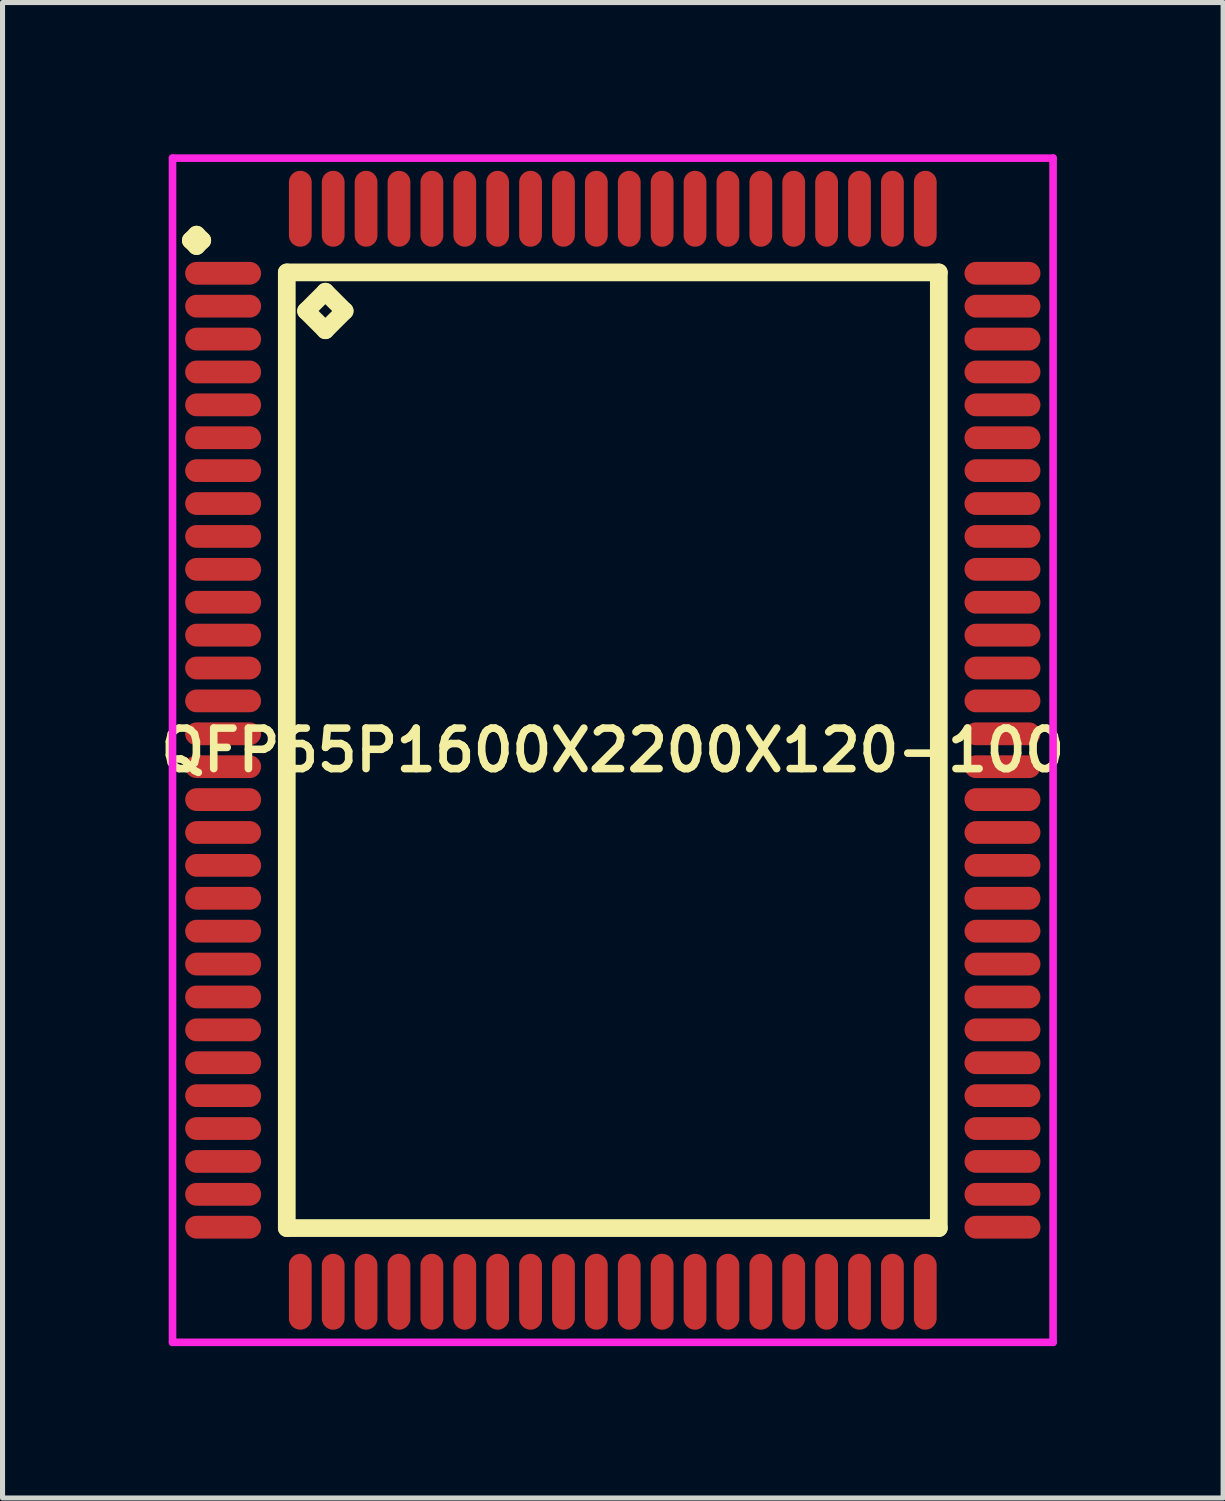
<source format=kicad_pcb>
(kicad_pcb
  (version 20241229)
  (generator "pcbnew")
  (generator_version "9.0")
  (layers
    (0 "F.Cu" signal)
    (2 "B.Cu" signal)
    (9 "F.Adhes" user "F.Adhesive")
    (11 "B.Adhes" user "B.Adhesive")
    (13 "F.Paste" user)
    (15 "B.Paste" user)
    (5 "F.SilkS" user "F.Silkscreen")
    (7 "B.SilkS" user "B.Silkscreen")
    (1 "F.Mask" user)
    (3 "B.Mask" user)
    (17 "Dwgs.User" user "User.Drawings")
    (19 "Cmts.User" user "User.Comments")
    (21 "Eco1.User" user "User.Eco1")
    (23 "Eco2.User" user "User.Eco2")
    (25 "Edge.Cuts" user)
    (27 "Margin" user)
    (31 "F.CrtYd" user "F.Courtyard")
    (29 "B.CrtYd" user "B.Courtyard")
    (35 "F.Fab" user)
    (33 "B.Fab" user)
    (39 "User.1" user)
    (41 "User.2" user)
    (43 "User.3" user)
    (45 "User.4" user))
  (footprint "QFP65P1600X2200X120-100"
    (layer "F.Cu")
    (at 9.059 11.775)
    (property "Reference" "QFP65P1600X2200X120-100" (at 0 0 0) (layer "F.SilkS") (effects (font (size 0.8 0.8) (thickness 0.15))))
    (attr smd)
    (fp_line (start -8.338 -10.075) (end -8.225 -10.188) (stroke (width 0.35) (type solid)) (layer "F.SilkS"))
    (fp_line (start -8.225 -10.188) (end -8.113 -10.075) (stroke (width 0.35) (type solid)) (layer "F.SilkS"))
    (fp_line (start -8.225 -9.963) (end -8.338 -10.075) (stroke (width 0.35) (type solid)) (layer "F.SilkS"))
    (fp_line (start -8.113 -10.075) (end -8.225 -9.963) (stroke (width 0.35) (type solid)) (layer "F.SilkS"))
    (fp_line (start -6.442 -9.442) (end -6.442 9.442) (stroke (width 0.35) (type solid)) (layer "F.SilkS"))
    (fp_line (start -6.442 9.442) (end 6.442 9.442) (stroke (width 0.35) (type solid)) (layer "F.SilkS"))
    (fp_line (start -6.061 -8.68) (end -5.68 -9.061) (stroke (width 0.35) (type solid)) (layer "F.SilkS"))
    (fp_line (start -5.68 -9.061) (end -5.299 -8.68) (stroke (width 0.35) (type solid)) (layer "F.SilkS"))
    (fp_line (start -5.68 -8.299) (end -6.061 -8.68) (stroke (width 0.35) (type solid)) (layer "F.SilkS"))
    (fp_line (start -5.299 -8.68) (end -5.68 -8.299) (stroke (width 0.35) (type solid)) (layer "F.SilkS"))
    (fp_line (start 6.442 -9.442) (end -6.442 -9.442) (stroke (width 0.35) (type solid)) (layer "F.SilkS"))
    (fp_line (start 6.442 9.442) (end 6.442 -9.442) (stroke (width 0.35) (type solid)) (layer "F.SilkS"))
    (fp_line (start -8.7 -11.7) (end 8.7 -11.7) (stroke (width 0.15) (type solid)) (layer "F.CrtYd"))
    (fp_line (start -8.7 11.7) (end -8.7 -11.7) (stroke (width 0.15) (type solid)) (layer "F.CrtYd"))
    (fp_line (start 8.7 -11.7) (end 8.7 11.7) (stroke (width 0.15) (type solid)) (layer "F.CrtYd"))
    (fp_line (start 8.7 11.7) (end -8.7 11.7) (stroke (width 0.15) (type solid)) (layer "F.CrtYd"))
    (pad "1" smd oval (at -7.7 -9.425) (size 1.5 0.45) (layers "F.Cu" "F.Mask" "F.Paste"))
    (pad "2" smd oval (at -7.7 -8.775) (size 1.5 0.45) (layers "F.Cu" "F.Mask" "F.Paste"))
    (pad "3" smd oval (at -7.7 -8.125) (size 1.5 0.45) (layers "F.Cu" "F.Mask" "F.Paste"))
    (pad "4" smd oval (at -7.7 -7.475) (size 1.5 0.45) (layers "F.Cu" "F.Mask" "F.Paste"))
    (pad "5" smd oval (at -7.7 -6.825) (size 1.5 0.45) (layers "F.Cu" "F.Mask" "F.Paste"))
    (pad "6" smd oval (at -7.7 -6.175) (size 1.5 0.45) (layers "F.Cu" "F.Mask" "F.Paste"))
    (pad "7" smd oval (at -7.7 -5.525) (size 1.5 0.45) (layers "F.Cu" "F.Mask" "F.Paste"))
    (pad "8" smd oval (at -7.7 -4.875) (size 1.5 0.45) (layers "F.Cu" "F.Mask" "F.Paste"))
    (pad "9" smd oval (at -7.7 -4.225) (size 1.5 0.45) (layers "F.Cu" "F.Mask" "F.Paste"))
    (pad "10" smd oval (at -7.7 -3.575) (size 1.5 0.45) (layers "F.Cu" "F.Mask" "F.Paste"))
    (pad "11" smd oval (at -7.7 -2.925) (size 1.5 0.45) (layers "F.Cu" "F.Mask" "F.Paste"))
    (pad "12" smd oval (at -7.7 -2.275) (size 1.5 0.45) (layers "F.Cu" "F.Mask" "F.Paste"))
    (pad "13" smd oval (at -7.7 -1.625) (size 1.5 0.45) (layers "F.Cu" "F.Mask" "F.Paste"))
    (pad "14" smd oval (at -7.7 -0.975) (size 1.5 0.45) (layers "F.Cu" "F.Mask" "F.Paste"))
    (pad "15" smd oval (at -7.7 -0.325) (size 1.5 0.45) (layers "F.Cu" "F.Mask" "F.Paste"))
    (pad "16" smd oval (at -7.7 0.325) (size 1.5 0.45) (layers "F.Cu" "F.Mask" "F.Paste"))
    (pad "17" smd oval (at -7.7 0.975) (size 1.5 0.45) (layers "F.Cu" "F.Mask" "F.Paste"))
    (pad "18" smd oval (at -7.7 1.625) (size 1.5 0.45) (layers "F.Cu" "F.Mask" "F.Paste"))
    (pad "19" smd oval (at -7.7 2.275) (size 1.5 0.45) (layers "F.Cu" "F.Mask" "F.Paste"))
    (pad "20" smd oval (at -7.7 2.925) (size 1.5 0.45) (layers "F.Cu" "F.Mask" "F.Paste"))
    (pad "21" smd oval (at -7.7 3.575) (size 1.5 0.45) (layers "F.Cu" "F.Mask" "F.Paste"))
    (pad "22" smd oval (at -7.7 4.225) (size 1.5 0.45) (layers "F.Cu" "F.Mask" "F.Paste"))
    (pad "23" smd oval (at -7.7 4.875) (size 1.5 0.45) (layers "F.Cu" "F.Mask" "F.Paste"))
    (pad "24" smd oval (at -7.7 5.525) (size 1.5 0.45) (layers "F.Cu" "F.Mask" "F.Paste"))
    (pad "25" smd oval (at -7.7 6.175) (size 1.5 0.45) (layers "F.Cu" "F.Mask" "F.Paste"))
    (pad "26" smd oval (at -7.7 6.825) (size 1.5 0.45) (layers "F.Cu" "F.Mask" "F.Paste"))
    (pad "27" smd oval (at -7.7 7.475) (size 1.5 0.45) (layers "F.Cu" "F.Mask" "F.Paste"))
    (pad "28" smd oval (at -7.7 8.125) (size 1.5 0.45) (layers "F.Cu" "F.Mask" "F.Paste"))
    (pad "29" smd oval (at -7.7 8.775) (size 1.5 0.45) (layers "F.Cu" "F.Mask" "F.Paste"))
    (pad "30" smd oval (at -7.7 9.425) (size 1.5 0.45) (layers "F.Cu" "F.Mask" "F.Paste"))
    (pad "31" smd oval (at -6.175 10.7) (size 0.45 1.5) (layers "F.Cu" "F.Mask" "F.Paste"))
    (pad "32" smd oval (at -5.525 10.7) (size 0.45 1.5) (layers "F.Cu" "F.Mask" "F.Paste"))
    (pad "33" smd oval (at -4.875 10.7) (size 0.45 1.5) (layers "F.Cu" "F.Mask" "F.Paste"))
    (pad "34" smd oval (at -4.225 10.7) (size 0.45 1.5) (layers "F.Cu" "F.Mask" "F.Paste"))
    (pad "35" smd oval (at -3.575 10.7) (size 0.45 1.5) (layers "F.Cu" "F.Mask" "F.Paste"))
    (pad "36" smd oval (at -2.925 10.7) (size 0.45 1.5) (layers "F.Cu" "F.Mask" "F.Paste"))
    (pad "37" smd oval (at -2.275 10.7) (size 0.45 1.5) (layers "F.Cu" "F.Mask" "F.Paste"))
    (pad "38" smd oval (at -1.625 10.7) (size 0.45 1.5) (layers "F.Cu" "F.Mask" "F.Paste"))
    (pad "39" smd oval (at -0.975 10.7) (size 0.45 1.5) (layers "F.Cu" "F.Mask" "F.Paste"))
    (pad "40" smd oval (at -0.325 10.7) (size 0.45 1.5) (layers "F.Cu" "F.Mask" "F.Paste"))
    (pad "41" smd oval (at 0.325 10.7) (size 0.45 1.5) (layers "F.Cu" "F.Mask" "F.Paste"))
    (pad "42" smd oval (at 0.975 10.7) (size 0.45 1.5) (layers "F.Cu" "F.Mask" "F.Paste"))
    (pad "43" smd oval (at 1.625 10.7) (size 0.45 1.5) (layers "F.Cu" "F.Mask" "F.Paste"))
    (pad "44" smd oval (at 2.275 10.7) (size 0.45 1.5) (layers "F.Cu" "F.Mask" "F.Paste"))
    (pad "45" smd oval (at 2.925 10.7) (size 0.45 1.5) (layers "F.Cu" "F.Mask" "F.Paste"))
    (pad "46" smd oval (at 3.575 10.7) (size 0.45 1.5) (layers "F.Cu" "F.Mask" "F.Paste"))
    (pad "47" smd oval (at 4.225 10.7) (size 0.45 1.5) (layers "F.Cu" "F.Mask" "F.Paste"))
    (pad "48" smd oval (at 4.875 10.7) (size 0.45 1.5) (layers "F.Cu" "F.Mask" "F.Paste"))
    (pad "49" smd oval (at 5.525 10.7) (size 0.45 1.5) (layers "F.Cu" "F.Mask" "F.Paste"))
    (pad "50" smd oval (at 6.175 10.7) (size 0.45 1.5) (layers "F.Cu" "F.Mask" "F.Paste"))
    (pad "51" smd oval (at 7.7 9.425) (size 1.5 0.45) (layers "F.Cu" "F.Mask" "F.Paste"))
    (pad "52" smd oval (at 7.7 8.775) (size 1.5 0.45) (layers "F.Cu" "F.Mask" "F.Paste"))
    (pad "53" smd oval (at 7.7 8.125) (size 1.5 0.45) (layers "F.Cu" "F.Mask" "F.Paste"))
    (pad "54" smd oval (at 7.7 7.475) (size 1.5 0.45) (layers "F.Cu" "F.Mask" "F.Paste"))
    (pad "55" smd oval (at 7.7 6.825) (size 1.5 0.45) (layers "F.Cu" "F.Mask" "F.Paste"))
    (pad "56" smd oval (at 7.7 6.175) (size 1.5 0.45) (layers "F.Cu" "F.Mask" "F.Paste"))
    (pad "57" smd oval (at 7.7 5.525) (size 1.5 0.45) (layers "F.Cu" "F.Mask" "F.Paste"))
    (pad "58" smd oval (at 7.7 4.875) (size 1.5 0.45) (layers "F.Cu" "F.Mask" "F.Paste"))
    (pad "59" smd oval (at 7.7 4.225) (size 1.5 0.45) (layers "F.Cu" "F.Mask" "F.Paste"))
    (pad "60" smd oval (at 7.7 3.575) (size 1.5 0.45) (layers "F.Cu" "F.Mask" "F.Paste"))
    (pad "61" smd oval (at 7.7 2.925) (size 1.5 0.45) (layers "F.Cu" "F.Mask" "F.Paste"))
    (pad "62" smd oval (at 7.7 2.275) (size 1.5 0.45) (layers "F.Cu" "F.Mask" "F.Paste"))
    (pad "63" smd oval (at 7.7 1.625) (size 1.5 0.45) (layers "F.Cu" "F.Mask" "F.Paste"))
    (pad "64" smd oval (at 7.7 0.975) (size 1.5 0.45) (layers "F.Cu" "F.Mask" "F.Paste"))
    (pad "65" smd oval (at 7.7 0.325) (size 1.5 0.45) (layers "F.Cu" "F.Mask" "F.Paste"))
    (pad "66" smd oval (at 7.7 -0.325) (size 1.5 0.45) (layers "F.Cu" "F.Mask" "F.Paste"))
    (pad "67" smd oval (at 7.7 -0.975) (size 1.5 0.45) (layers "F.Cu" "F.Mask" "F.Paste"))
    (pad "68" smd oval (at 7.7 -1.625) (size 1.5 0.45) (layers "F.Cu" "F.Mask" "F.Paste"))
    (pad "69" smd oval (at 7.7 -2.275) (size 1.5 0.45) (layers "F.Cu" "F.Mask" "F.Paste"))
    (pad "70" smd oval (at 7.7 -2.925) (size 1.5 0.45) (layers "F.Cu" "F.Mask" "F.Paste"))
    (pad "71" smd oval (at 7.7 -3.575) (size 1.5 0.45) (layers "F.Cu" "F.Mask" "F.Paste"))
    (pad "72" smd oval (at 7.7 -4.225) (size 1.5 0.45) (layers "F.Cu" "F.Mask" "F.Paste"))
    (pad "73" smd oval (at 7.7 -4.875) (size 1.5 0.45) (layers "F.Cu" "F.Mask" "F.Paste"))
    (pad "74" smd oval (at 7.7 -5.525) (size 1.5 0.45) (layers "F.Cu" "F.Mask" "F.Paste"))
    (pad "75" smd oval (at 7.7 -6.175) (size 1.5 0.45) (layers "F.Cu" "F.Mask" "F.Paste"))
    (pad "76" smd oval (at 7.7 -6.825) (size 1.5 0.45) (layers "F.Cu" "F.Mask" "F.Paste"))
    (pad "77" smd oval (at 7.7 -7.475) (size 1.5 0.45) (layers "F.Cu" "F.Mask" "F.Paste"))
    (pad "78" smd oval (at 7.7 -8.125) (size 1.5 0.45) (layers "F.Cu" "F.Mask" "F.Paste"))
    (pad "79" smd oval (at 7.7 -8.775) (size 1.5 0.45) (layers "F.Cu" "F.Mask" "F.Paste"))
    (pad "80" smd oval (at 7.7 -9.425) (size 1.5 0.45) (layers "F.Cu" "F.Mask" "F.Paste"))
    (pad "81" smd oval (at 6.175 -10.7) (size 0.45 1.5) (layers "F.Cu" "F.Mask" "F.Paste"))
    (pad "82" smd oval (at 5.525 -10.7) (size 0.45 1.5) (layers "F.Cu" "F.Mask" "F.Paste"))
    (pad "83" smd oval (at 4.875 -10.7) (size 0.45 1.5) (layers "F.Cu" "F.Mask" "F.Paste"))
    (pad "84" smd oval (at 4.225 -10.7) (size 0.45 1.5) (layers "F.Cu" "F.Mask" "F.Paste"))
    (pad "85" smd oval (at 3.575 -10.7) (size 0.45 1.5) (layers "F.Cu" "F.Mask" "F.Paste"))
    (pad "86" smd oval (at 2.925 -10.7) (size 0.45 1.5) (layers "F.Cu" "F.Mask" "F.Paste"))
    (pad "87" smd oval (at 2.275 -10.7) (size 0.45 1.5) (layers "F.Cu" "F.Mask" "F.Paste"))
    (pad "88" smd oval (at 1.625 -10.7) (size 0.45 1.5) (layers "F.Cu" "F.Mask" "F.Paste"))
    (pad "89" smd oval (at 0.975 -10.7) (size 0.45 1.5) (layers "F.Cu" "F.Mask" "F.Paste"))
    (pad "90" smd oval (at 0.325 -10.7) (size 0.45 1.5) (layers "F.Cu" "F.Mask" "F.Paste"))
    (pad "91" smd oval (at -0.325 -10.7) (size 0.45 1.5) (layers "F.Cu" "F.Mask" "F.Paste"))
    (pad "92" smd oval (at -0.975 -10.7) (size 0.45 1.5) (layers "F.Cu" "F.Mask" "F.Paste"))
    (pad "93" smd oval (at -1.625 -10.7) (size 0.45 1.5) (layers "F.Cu" "F.Mask" "F.Paste"))
    (pad "94" smd oval (at -2.275 -10.7) (size 0.45 1.5) (layers "F.Cu" "F.Mask" "F.Paste"))
    (pad "95" smd oval (at -2.925 -10.7) (size 0.45 1.5) (layers "F.Cu" "F.Mask" "F.Paste"))
    (pad "96" smd oval (at -3.575 -10.7) (size 0.45 1.5) (layers "F.Cu" "F.Mask" "F.Paste"))
    (pad "97" smd oval (at -4.225 -10.7) (size 0.45 1.5) (layers "F.Cu" "F.Mask" "F.Paste"))
    (pad "98" smd oval (at -4.875 -10.7) (size 0.45 1.5) (layers "F.Cu" "F.Mask" "F.Paste"))
    (pad "99" smd oval (at -5.525 -10.7) (size 0.45 1.5) (layers "F.Cu" "F.Mask" "F.Paste"))
    (pad "100" smd oval (at -6.175 -10.7) (size 0.45 1.5) (layers "F.Cu" "F.Mask" "F.Paste")))
  (gr_rect
    (start -3 -3)
    (end 21.119 26.55)
    (stroke (width 0.1) (type default))
    (fill no)
    (layer "Edge.Cuts")))
</source>
